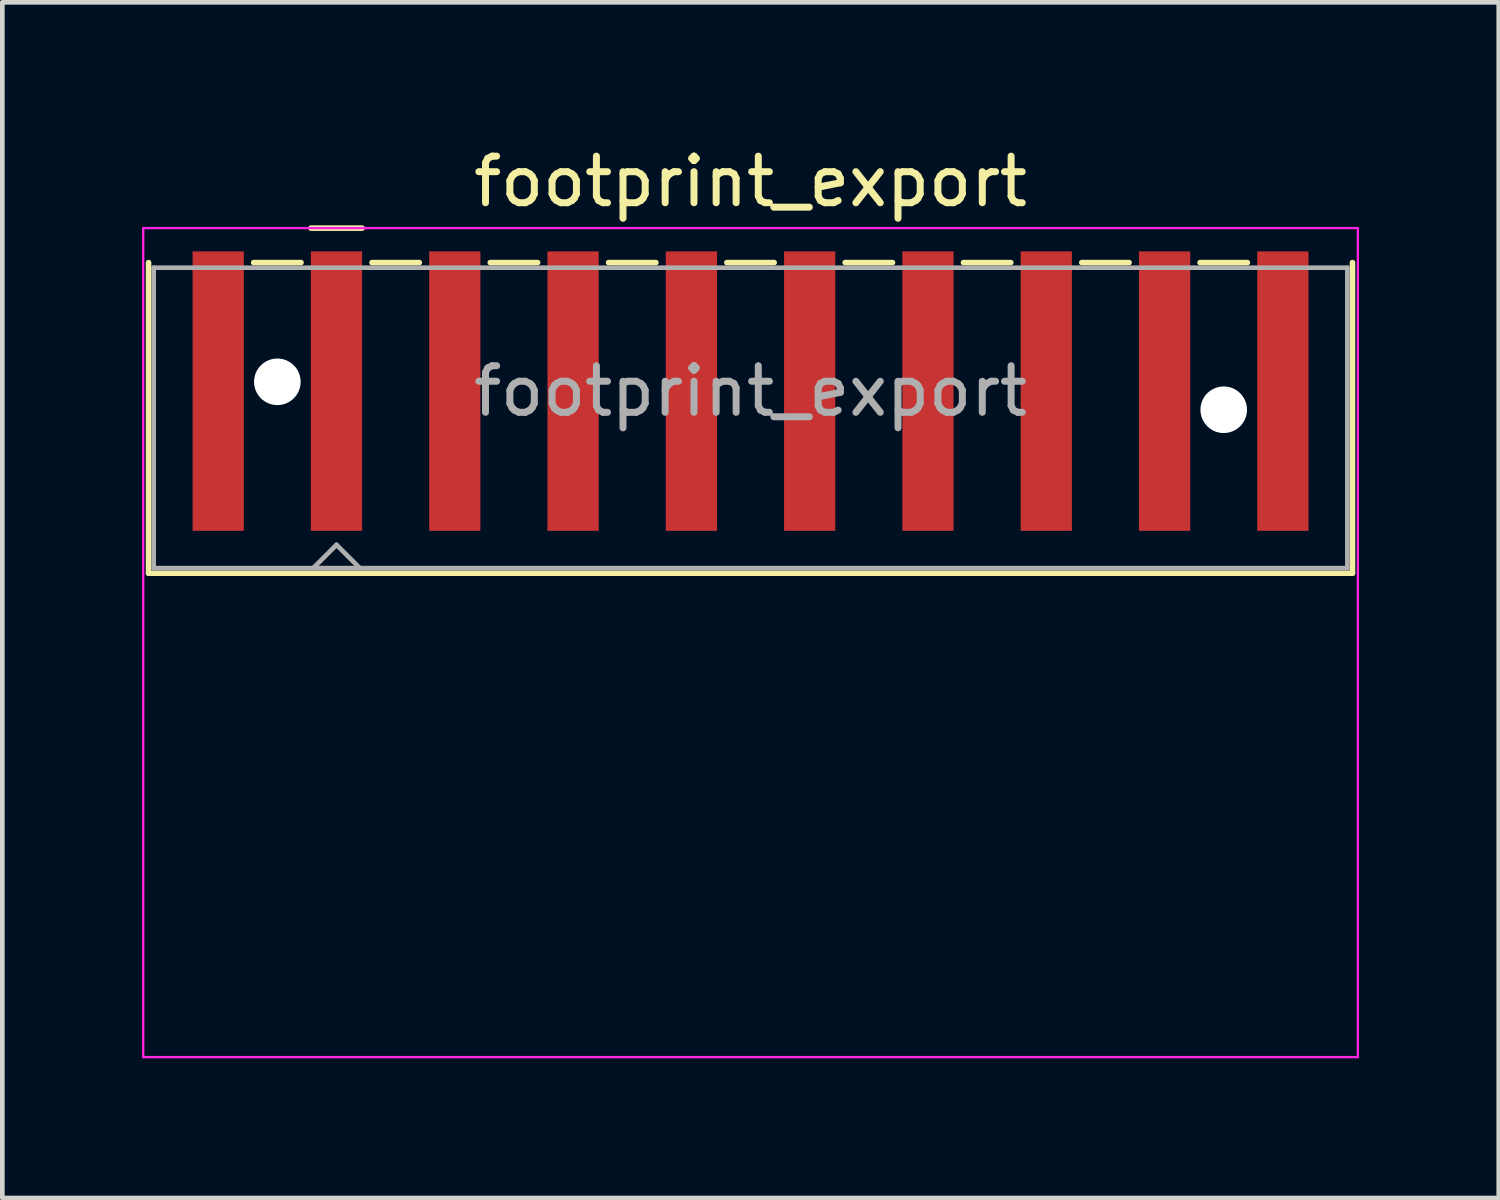
<source format=kicad_pcb>
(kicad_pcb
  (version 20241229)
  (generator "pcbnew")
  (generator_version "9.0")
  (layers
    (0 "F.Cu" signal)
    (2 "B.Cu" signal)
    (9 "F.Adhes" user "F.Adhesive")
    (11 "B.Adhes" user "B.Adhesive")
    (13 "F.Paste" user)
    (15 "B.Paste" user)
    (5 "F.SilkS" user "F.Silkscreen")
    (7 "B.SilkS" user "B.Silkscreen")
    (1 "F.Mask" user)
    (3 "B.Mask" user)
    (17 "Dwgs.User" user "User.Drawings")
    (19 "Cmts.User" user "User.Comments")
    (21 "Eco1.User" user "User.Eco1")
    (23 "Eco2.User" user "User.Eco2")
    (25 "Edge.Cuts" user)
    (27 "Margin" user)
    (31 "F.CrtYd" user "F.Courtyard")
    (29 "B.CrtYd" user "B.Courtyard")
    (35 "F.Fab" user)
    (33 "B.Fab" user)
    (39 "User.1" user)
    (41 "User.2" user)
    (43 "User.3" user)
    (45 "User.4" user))
  (footprint "footprint_export"
    (layer "F.Cu")
    (at 13.065 6.648)
    (property "Reference" "footprint_export" (at 0 -5.8 0) (layer "F.SilkS") (effects (font (size 1 1) (thickness 0.15))))
    (attr smd)
    (fp_line (start -12.925 -4.06) (end -12.925 2.61) (stroke (width 0.12) (type solid)) (layer "F.SilkS"))
    (fp_line (start -10.668 -4.06) (end -9.652 -4.06) (stroke (width 0.12) (type solid)) (layer "F.SilkS"))
    (fp_line (start -9.44 -4.8) (end -8.34 -4.8) (stroke (width 0.12) (type solid)) (layer "F.SilkS"))
    (fp_line (start -8.128 -4.06) (end -7.112 -4.06) (stroke (width 0.12) (type solid)) (layer "F.SilkS"))
    (fp_line (start -5.588 -4.06) (end -4.572 -4.06) (stroke (width 0.12) (type solid)) (layer "F.SilkS"))
    (fp_line (start -3.048 -4.06) (end -2.032 -4.06) (stroke (width 0.12) (type solid)) (layer "F.SilkS"))
    (fp_line (start -0.508 -4.06) (end 0.508 -4.06) (stroke (width 0.12) (type solid)) (layer "F.SilkS"))
    (fp_line (start 2.032 -4.06) (end 3.048 -4.06) (stroke (width 0.12) (type solid)) (layer "F.SilkS"))
    (fp_line (start 4.572 -4.06) (end 5.588 -4.06) (stroke (width 0.12) (type solid)) (layer "F.SilkS"))
    (fp_line (start 7.112 -4.06) (end 8.128 -4.06) (stroke (width 0.12) (type solid)) (layer "F.SilkS"))
    (fp_line (start 9.652 -4.06) (end 10.668 -4.06) (stroke (width 0.12) (type solid)) (layer "F.SilkS"))
    (fp_line (start 12.925 -4.06) (end 12.925 2.61) (stroke (width 0.12) (type solid)) (layer "F.SilkS"))
    (fp_line (start 12.925 2.61) (end -12.925 2.61) (stroke (width 0.12) (type solid)) (layer "F.SilkS"))
    (fp_line (start -13.04 -4.8) (end -13.04 13) (stroke (width 0.05) (type solid)) (layer "F.CrtYd"))
    (fp_line (start -13.04 13) (end 13.04 13) (stroke (width 0.05) (type solid)) (layer "F.CrtYd"))
    (fp_line (start 13.04 -4.8) (end -13.04 -4.8) (stroke (width 0.05) (type solid)) (layer "F.CrtYd"))
    (fp_line (start 13.04 13) (end 13.04 -4.8) (stroke (width 0.05) (type solid)) (layer "F.CrtYd"))
    (fp_line (start -12.815 -3.95) (end -12.815 2.5) (stroke (width 0.1) (type solid)) (layer "F.Fab"))
    (fp_line (start -12.815 2.5) (end 12.815 2.5) (stroke (width 0.1) (type solid)) (layer "F.Fab"))
    (fp_line (start -9.39 2.5) (end -8.89 2) (stroke (width 0.1) (type solid)) (layer "F.Fab"))
    (fp_line (start -8.89 2) (end -8.39 2.5) (stroke (width 0.1) (type solid)) (layer "F.Fab"))
    (fp_line (start 12.815 -3.95) (end -12.815 -3.95) (stroke (width 0.1) (type solid)) (layer "F.Fab"))
    (fp_line (start 12.815 2.5) (end 12.815 -3.95) (stroke (width 0.1) (type solid)) (layer "F.Fab"))
    (fp_text user "${REFERENCE}" (at 0 -1.3 0) (layer "F.Fab") (effects (font (size 1 1) (thickness 0.15))))
    (pad "" np_thru_hole circle (at -10.16 -1.5) (size 1 1) (drill 1) (layers "*.Cu" "*.Mask"))
    (pad "" np_thru_hole circle (at 10.16 -0.9) (size 1 1) (drill 1) (layers "*.Cu" "*.Mask"))
    (pad "1" smd rect (at -8.89 -1.3) (size 1.1 6) (layers "F.Cu" "F.Mask" "F.Paste"))
    (pad "2" smd rect (at -6.35 -1.3) (size 1.1 6) (layers "F.Cu" "F.Mask" "F.Paste"))
    (pad "3" smd rect (at -3.81 -1.3) (size 1.1 6) (layers "F.Cu" "F.Mask" "F.Paste"))
    (pad "4" smd rect (at -1.27 -1.3) (size 1.1 6) (layers "F.Cu" "F.Mask" "F.Paste"))
    (pad "5" smd rect (at 1.27 -1.3) (size 1.1 6) (layers "F.Cu" "F.Mask" "F.Paste"))
    (pad "6" smd rect (at 3.81 -1.3) (size 1.1 6) (layers "F.Cu" "F.Mask" "F.Paste"))
    (pad "7" smd rect (at 6.35 -1.3) (size 1.1 6) (layers "F.Cu" "F.Mask" "F.Paste"))
    (pad "8" smd rect (at 8.89 -1.3) (size 1.1 6) (layers "F.Cu" "F.Mask" "F.Paste"))
    (pad "MP" smd rect (at -11.43 -1.3) (size 1.1 6) (layers "F.Cu" "F.Mask" "F.Paste"))
    (pad "MP" smd rect (at 11.43 -1.3) (size 1.1 6) (layers "F.Cu" "F.Mask" "F.Paste")))
  (gr_rect
    (start -3 -3)
    (end 29.13 22.673)
    (stroke (width 0.1) (type default))
    (fill no)
    (layer "Edge.Cuts")))
</source>
